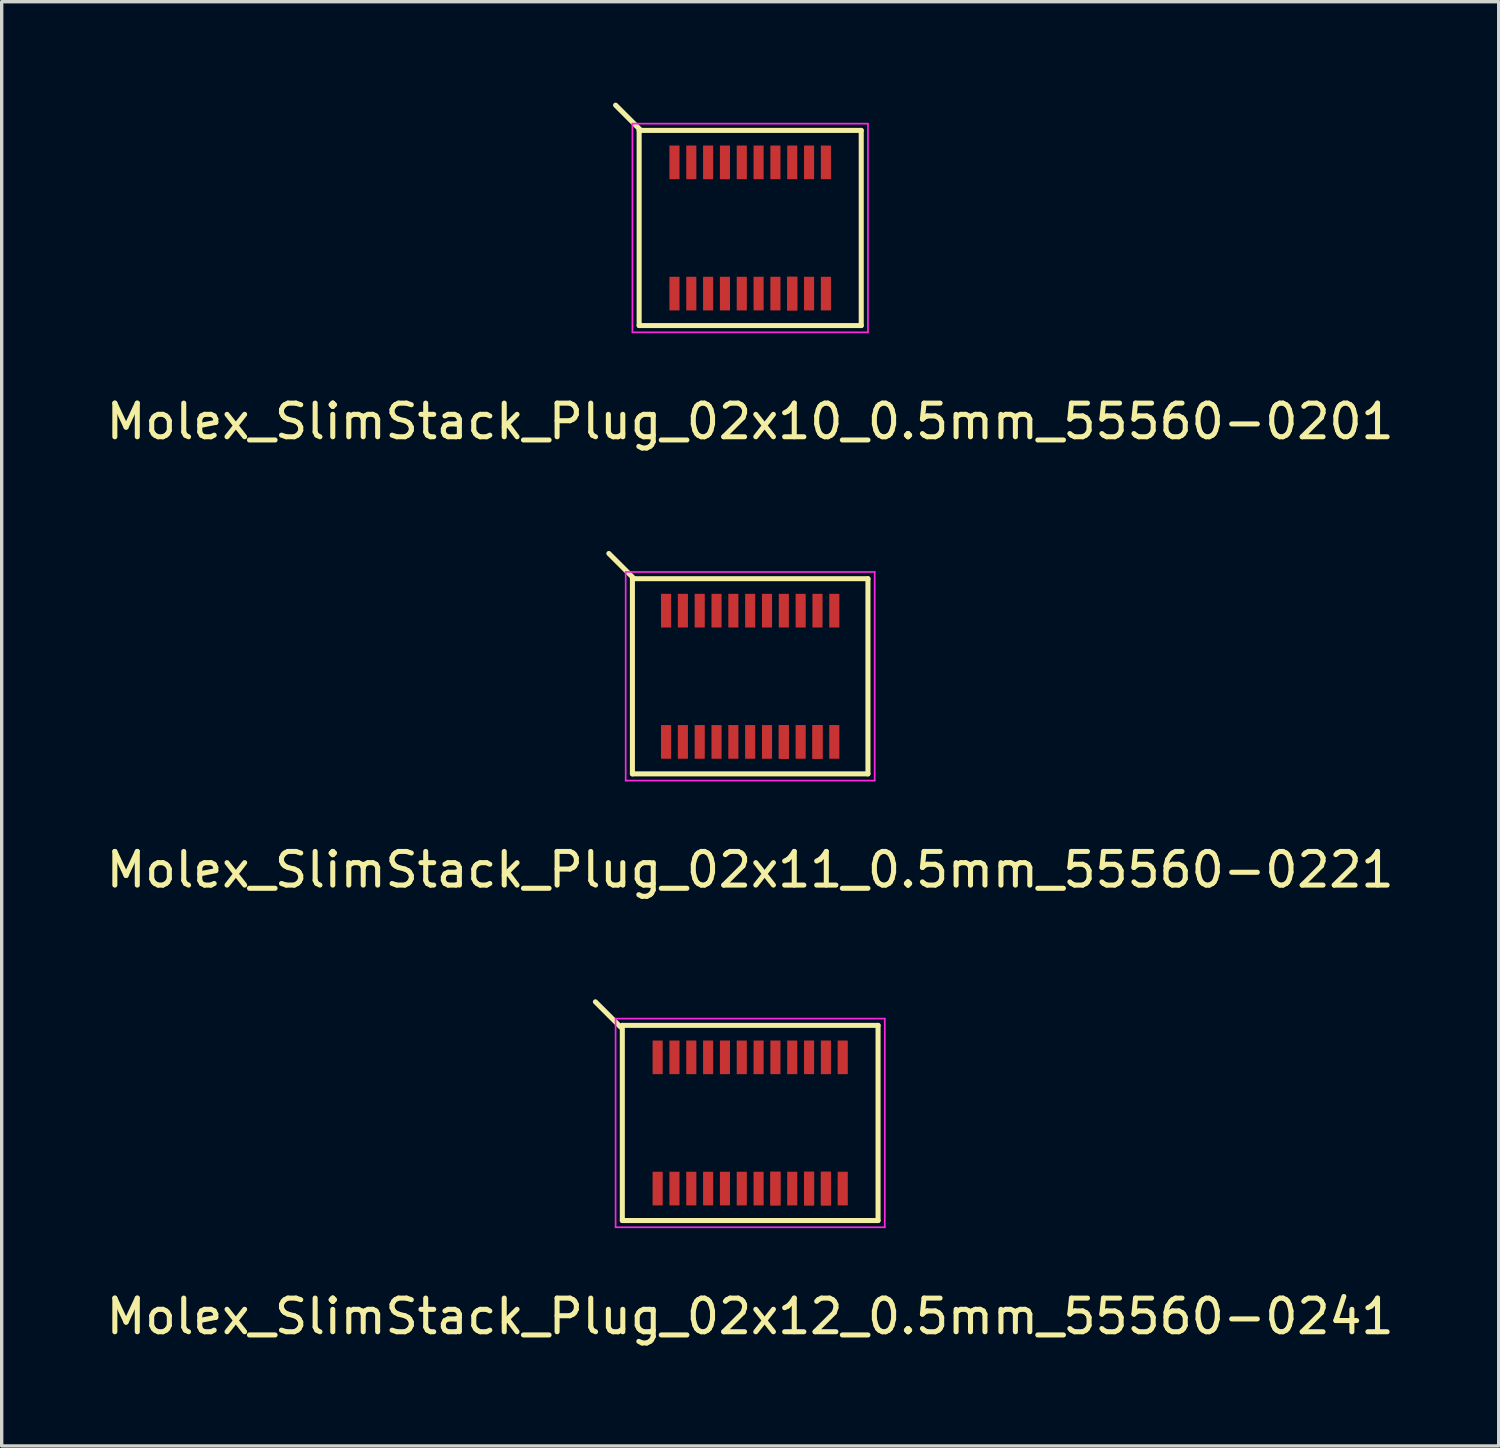
<source format=kicad_pcb>
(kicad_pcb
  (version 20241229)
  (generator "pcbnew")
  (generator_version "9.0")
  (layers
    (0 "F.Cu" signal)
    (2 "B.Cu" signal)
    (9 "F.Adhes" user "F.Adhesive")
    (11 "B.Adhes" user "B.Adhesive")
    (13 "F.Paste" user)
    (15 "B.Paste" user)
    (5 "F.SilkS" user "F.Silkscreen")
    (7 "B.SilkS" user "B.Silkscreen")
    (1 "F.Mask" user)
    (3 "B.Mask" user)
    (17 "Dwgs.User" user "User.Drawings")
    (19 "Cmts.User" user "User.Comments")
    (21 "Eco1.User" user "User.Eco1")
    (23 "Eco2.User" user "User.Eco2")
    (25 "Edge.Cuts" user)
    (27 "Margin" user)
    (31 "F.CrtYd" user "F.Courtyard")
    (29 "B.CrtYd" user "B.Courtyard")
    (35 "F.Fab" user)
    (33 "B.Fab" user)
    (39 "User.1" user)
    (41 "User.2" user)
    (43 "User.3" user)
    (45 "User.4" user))
  (footprint "Molex_SlimStack_Plug_02x10_0.5mm_55560-0201"
    (layer "F.Cu")
    (at 19.244 3.725)
    (property "Reference" "Molex_SlimStack_Plug_02x10_0.5mm_55560-0201" (at 0 5.75 0) (layer "F.SilkS") (effects (font (size 1 1) (thickness 0.15))))
    (attr smd)
    (fp_line (start -3.3 -2.9) (end -3.3 2.9) (stroke (width 0.15) (type solid)) (layer "F.SilkS"))
    (fp_line (start -3.3 2.9) (end 3.3 2.9) (stroke (width 0.15) (type solid)) (layer "F.SilkS"))
    (fp_line (start -3.25 -2.9) (end -4 -3.65) (stroke (width 0.15) (type solid)) (layer "F.SilkS"))
    (fp_line (start 3.3 -2.9) (end -3.3 -2.9) (stroke (width 0.15) (type solid)) (layer "F.SilkS"))
    (fp_line (start 3.3 2.9) (end 3.3 -2.9) (stroke (width 0.15) (type solid)) (layer "F.SilkS"))
    (fp_line (start -3.5 -3.1) (end -3.5 3.1) (stroke (width 0.05) (type solid)) (layer "F.CrtYd"))
    (fp_line (start -3.5 3.1) (end 3.5 3.1) (stroke (width 0.05) (type solid)) (layer "F.CrtYd"))
    (fp_line (start 3.5 -3.1) (end -3.5 -3.1) (stroke (width 0.05) (type solid)) (layer "F.CrtYd"))
    (fp_line (start 3.5 3.1) (end 3.5 -3.1) (stroke (width 0.05) (type solid)) (layer "F.CrtYd"))
    (pad "1" smd rect (at -2.25 -1.95) (size 0.3 1) (layers "F.Cu" "F.Mask" "F.Paste"))
    (pad "2" smd rect (at -2.25 1.95) (size 0.3 1) (layers "F.Cu" "F.Mask" "F.Paste"))
    (pad "3" smd rect (at -1.75 -1.95) (size 0.3 1) (layers "F.Cu" "F.Mask" "F.Paste"))
    (pad "4" smd rect (at -1.75 1.95) (size 0.3 1) (layers "F.Cu" "F.Mask" "F.Paste"))
    (pad "5" smd rect (at -1.25 -1.95) (size 0.3 1) (layers "F.Cu" "F.Mask" "F.Paste"))
    (pad "6" smd rect (at -1.25 1.95) (size 0.3 1) (layers "F.Cu" "F.Mask" "F.Paste"))
    (pad "7" smd rect (at -0.75 -1.95) (size 0.3 1) (layers "F.Cu" "F.Mask" "F.Paste"))
    (pad "8" smd rect (at -0.75 1.95) (size 0.3 1) (layers "F.Cu" "F.Mask" "F.Paste"))
    (pad "9" smd rect (at -0.25 -1.95) (size 0.3 1) (layers "F.Cu" "F.Mask" "F.Paste"))
    (pad "10" smd rect (at -0.25 1.95) (size 0.3 1) (layers "F.Cu" "F.Mask" "F.Paste"))
    (pad "11" smd rect (at 0.25 -1.95) (size 0.3 1) (layers "F.Cu" "F.Mask" "F.Paste"))
    (pad "12" smd rect (at 0.25 1.95) (size 0.3 1) (layers "F.Cu" "F.Mask" "F.Paste"))
    (pad "13" smd rect (at 0.75 -1.95) (size 0.3 1) (layers "F.Cu" "F.Mask" "F.Paste"))
    (pad "14" smd rect (at 0.75 1.95) (size 0.3 1) (layers "F.Cu" "F.Mask" "F.Paste"))
    (pad "15" smd rect (at 1.25 -1.95) (size 0.3 1) (layers "F.Cu" "F.Mask" "F.Paste"))
    (pad "16" smd rect (at 1.25 1.95) (size 0.3 1) (layers "F.Cu" "F.Mask" "F.Paste"))
    (pad "16" smd rect (at 1.25 1.95) (size 0.3 1) (layers "F.Cu" "F.Mask" "F.Paste"))
    (pad "17" smd rect (at 1.75 -1.95) (size 0.3 1) (layers "F.Cu" "F.Mask" "F.Paste"))
    (pad "18" smd rect (at 1.75 1.95) (size 0.3 1) (layers "F.Cu" "F.Mask" "F.Paste"))
    (pad "19" smd rect (at 2.25 -1.95) (size 0.3 1) (layers "F.Cu" "F.Mask" "F.Paste"))
    (pad "20" smd rect (at 2.25 1.95) (size 0.3 1) (layers "F.Cu" "F.Mask" "F.Paste")))
  (footprint "Molex_SlimStack_Plug_02x12_0.5mm_55560-0241"
    (layer "F.Cu")
    (at 19.244 30.322)
    (property "Reference" "Molex_SlimStack_Plug_02x12_0.5mm_55560-0241" (at 0 5.75 0) (layer "F.SilkS") (effects (font (size 1 1) (thickness 0.15))))
    (attr smd)
    (fp_line (start -3.85 -2.85) (end -4.6 -3.6) (stroke (width 0.15) (type solid)) (layer "F.SilkS"))
    (fp_line (start -3.8 -2.9) (end -3.8 2.9) (stroke (width 0.15) (type solid)) (layer "F.SilkS"))
    (fp_line (start -3.8 2.9) (end 3.8 2.9) (stroke (width 0.15) (type solid)) (layer "F.SilkS"))
    (fp_line (start 3.8 -2.9) (end -3.8 -2.9) (stroke (width 0.15) (type solid)) (layer "F.SilkS"))
    (fp_line (start 3.8 2.9) (end 3.8 -2.9) (stroke (width 0.15) (type solid)) (layer "F.SilkS"))
    (fp_line (start -4 -3.1) (end -4 3.1) (stroke (width 0.05) (type solid)) (layer "F.CrtYd"))
    (fp_line (start -4 3.1) (end 4 3.1) (stroke (width 0.05) (type solid)) (layer "F.CrtYd"))
    (fp_line (start 4 -3.1) (end -4 -3.1) (stroke (width 0.05) (type solid)) (layer "F.CrtYd"))
    (fp_line (start 4 3.1) (end 4 -3.1) (stroke (width 0.05) (type solid)) (layer "F.CrtYd"))
    (pad "1" smd rect (at -2.75 -1.95) (size 0.3 1) (layers "F.Cu" "F.Mask" "F.Paste"))
    (pad "2" smd rect (at -2.75 1.95) (size 0.3 1) (layers "F.Cu" "F.Mask" "F.Paste"))
    (pad "3" smd rect (at -2.25 -1.95) (size 0.3 1) (layers "F.Cu" "F.Mask" "F.Paste"))
    (pad "4" smd rect (at -2.25 1.95) (size 0.3 1) (layers "F.Cu" "F.Mask" "F.Paste"))
    (pad "5" smd rect (at -1.75 -1.95) (size 0.3 1) (layers "F.Cu" "F.Mask" "F.Paste"))
    (pad "6" smd rect (at -1.75 1.95) (size 0.3 1) (layers "F.Cu" "F.Mask" "F.Paste"))
    (pad "7" smd rect (at -1.25 -1.95) (size 0.3 1) (layers "F.Cu" "F.Mask" "F.Paste"))
    (pad "8" smd rect (at -1.25 1.95) (size 0.3 1) (layers "F.Cu" "F.Mask" "F.Paste"))
    (pad "9" smd rect (at -0.75 -1.95) (size 0.3 1) (layers "F.Cu" "F.Mask" "F.Paste"))
    (pad "10" smd rect (at -0.75 1.95) (size 0.3 1) (layers "F.Cu" "F.Mask" "F.Paste"))
    (pad "11" smd rect (at -0.25 -1.95) (size 0.3 1) (layers "F.Cu" "F.Mask" "F.Paste"))
    (pad "12" smd rect (at -0.25 1.95) (size 0.3 1) (layers "F.Cu" "F.Mask" "F.Paste"))
    (pad "13" smd rect (at 0.25 -1.95) (size 0.3 1) (layers "F.Cu" "F.Mask" "F.Paste"))
    (pad "14" smd rect (at 0.25 1.95) (size 0.3 1) (layers "F.Cu" "F.Mask" "F.Paste"))
    (pad "15" smd rect (at 0.75 -1.95) (size 0.3 1) (layers "F.Cu" "F.Mask" "F.Paste"))
    (pad "16" smd rect (at 0.75 1.95) (size 0.3 1) (layers "F.Cu" "F.Mask" "F.Paste"))
    (pad "16" smd rect (at 0.75 1.95) (size 0.3 1) (layers "F.Cu" "F.Mask" "F.Paste"))
    (pad "17" smd rect (at 1.25 -1.95) (size 0.3 1) (layers "F.Cu" "F.Mask" "F.Paste"))
    (pad "18" smd rect (at 1.25 1.95) (size 0.3 1) (layers "F.Cu" "F.Mask" "F.Paste"))
    (pad "19" smd rect (at 1.75 -1.95) (size 0.3 1) (layers "F.Cu" "F.Mask" "F.Paste"))
    (pad "20" smd rect (at 1.75 1.95) (size 0.3 1) (layers "F.Cu" "F.Mask" "F.Paste"))
    (pad "20" smd rect (at 1.75 1.95) (size 0.3 1) (layers "F.Cu" "F.Mask" "F.Paste"))
    (pad "21" smd rect (at 2.25 -1.95) (size 0.3 1) (layers "F.Cu" "F.Mask" "F.Paste"))
    (pad "22" smd rect (at 2.25 1.95) (size 0.3 1) (layers "F.Cu" "F.Mask" "F.Paste"))
    (pad "22" smd rect (at 2.25 1.95) (size 0.3 1) (layers "F.Cu" "F.Mask" "F.Paste"))
    (pad "23" smd rect (at 2.75 -1.95) (size 0.3 1) (layers "F.Cu" "F.Mask" "F.Paste"))
    (pad "24" smd rect (at 2.75 1.95) (size 0.3 1) (layers "F.Cu" "F.Mask" "F.Paste")))
  (footprint "Molex_SlimStack_Plug_02x11_0.5mm_55560-0221"
    (layer "F.Cu")
    (at 19.244 17.048)
    (property "Reference" "Molex_SlimStack_Plug_02x11_0.5mm_55560-0221" (at 0 5.75 0) (layer "F.SilkS") (effects (font (size 1 1) (thickness 0.15))))
    (attr smd)
    (fp_line (start -3.5 -2.9) (end -3.5 2.9) (stroke (width 0.15) (type solid)) (layer "F.SilkS"))
    (fp_line (start -3.5 2.9) (end 3.5 2.9) (stroke (width 0.15) (type solid)) (layer "F.SilkS"))
    (fp_line (start -3.45 -2.9) (end -4.2 -3.65) (stroke (width 0.15) (type solid)) (layer "F.SilkS"))
    (fp_line (start 3.5 -2.9) (end -3.5 -2.9) (stroke (width 0.15) (type solid)) (layer "F.SilkS"))
    (fp_line (start 3.5 2.9) (end 3.5 -2.9) (stroke (width 0.15) (type solid)) (layer "F.SilkS"))
    (fp_line (start -3.7 -3.1) (end -3.7 3.1) (stroke (width 0.05) (type solid)) (layer "F.CrtYd"))
    (fp_line (start -3.7 3.1) (end 3.7 3.1) (stroke (width 0.05) (type solid)) (layer "F.CrtYd"))
    (fp_line (start 3.7 -3.1) (end -3.7 -3.1) (stroke (width 0.05) (type solid)) (layer "F.CrtYd"))
    (fp_line (start 3.7 3.1) (end 3.7 -3.1) (stroke (width 0.05) (type solid)) (layer "F.CrtYd"))
    (pad "1" smd rect (at -2.5 -1.95) (size 0.3 1) (layers "F.Cu" "F.Mask" "F.Paste"))
    (pad "2" smd rect (at -2.5 1.95) (size 0.3 1) (layers "F.Cu" "F.Mask" "F.Paste"))
    (pad "3" smd rect (at -2 -1.95) (size 0.3 1) (layers "F.Cu" "F.Mask" "F.Paste"))
    (pad "4" smd rect (at -2 1.95) (size 0.3 1) (layers "F.Cu" "F.Mask" "F.Paste"))
    (pad "5" smd rect (at -1.5 -1.95) (size 0.3 1) (layers "F.Cu" "F.Mask" "F.Paste"))
    (pad "6" smd rect (at -1.5 1.95) (size 0.3 1) (layers "F.Cu" "F.Mask" "F.Paste"))
    (pad "7" smd rect (at -1 -1.95) (size 0.3 1) (layers "F.Cu" "F.Mask" "F.Paste"))
    (pad "8" smd rect (at -1 1.95) (size 0.3 1) (layers "F.Cu" "F.Mask" "F.Paste"))
    (pad "9" smd rect (at -0.5 -1.95) (size 0.3 1) (layers "F.Cu" "F.Mask" "F.Paste"))
    (pad "10" smd rect (at -0.5 1.95) (size 0.3 1) (layers "F.Cu" "F.Mask" "F.Paste"))
    (pad "11" smd rect (at 0 -1.95) (size 0.3 1) (layers "F.Cu" "F.Mask" "F.Paste"))
    (pad "12" smd rect (at 0 1.95) (size 0.3 1) (layers "F.Cu" "F.Mask" "F.Paste"))
    (pad "13" smd rect (at 0.5 -1.95) (size 0.3 1) (layers "F.Cu" "F.Mask" "F.Paste"))
    (pad "14" smd rect (at 0.5 1.95) (size 0.3 1) (layers "F.Cu" "F.Mask" "F.Paste"))
    (pad "15" smd rect (at 1 -1.95) (size 0.3 1) (layers "F.Cu" "F.Mask" "F.Paste"))
    (pad "16" smd rect (at 1 1.95) (size 0.3 1) (layers "F.Cu" "F.Mask" "F.Paste"))
    (pad "16" smd rect (at 1 1.95) (size 0.3 1) (layers "F.Cu" "F.Mask" "F.Paste"))
    (pad "17" smd rect (at 1.5 -1.95) (size 0.3 1) (layers "F.Cu" "F.Mask" "F.Paste"))
    (pad "18" smd rect (at 1.5 1.95) (size 0.3 1) (layers "F.Cu" "F.Mask" "F.Paste"))
    (pad "19" smd rect (at 2 -1.95) (size 0.3 1) (layers "F.Cu" "F.Mask" "F.Paste"))
    (pad "20" smd rect (at 2 1.95) (size 0.3 1) (layers "F.Cu" "F.Mask" "F.Paste"))
    (pad "20" smd rect (at 2 1.95) (size 0.3 1) (layers "F.Cu" "F.Mask" "F.Paste"))
    (pad "21" smd rect (at 2.5 -1.95) (size 0.3 1) (layers "F.Cu" "F.Mask" "F.Paste"))
    (pad "22" smd rect (at 2.5 1.95) (size 0.3 1) (layers "F.Cu" "F.Mask" "F.Paste")))
  (gr_rect
    (start -3 -3)
    (end 41.488 39.92)
    (stroke (width 0.1) (type default))
    (fill no)
    (layer "Edge.Cuts")))
</source>
